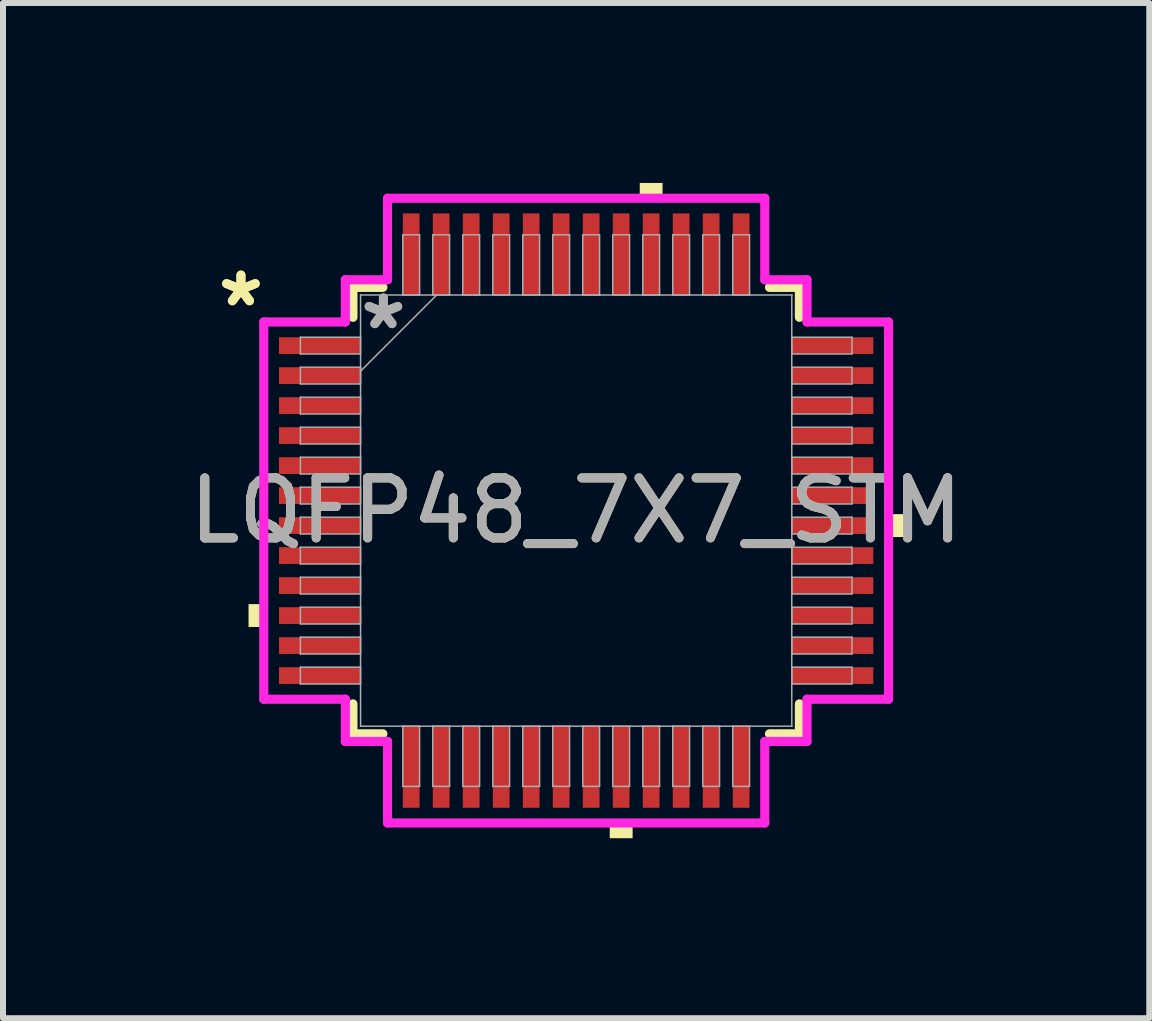
<source format=kicad_pcb>
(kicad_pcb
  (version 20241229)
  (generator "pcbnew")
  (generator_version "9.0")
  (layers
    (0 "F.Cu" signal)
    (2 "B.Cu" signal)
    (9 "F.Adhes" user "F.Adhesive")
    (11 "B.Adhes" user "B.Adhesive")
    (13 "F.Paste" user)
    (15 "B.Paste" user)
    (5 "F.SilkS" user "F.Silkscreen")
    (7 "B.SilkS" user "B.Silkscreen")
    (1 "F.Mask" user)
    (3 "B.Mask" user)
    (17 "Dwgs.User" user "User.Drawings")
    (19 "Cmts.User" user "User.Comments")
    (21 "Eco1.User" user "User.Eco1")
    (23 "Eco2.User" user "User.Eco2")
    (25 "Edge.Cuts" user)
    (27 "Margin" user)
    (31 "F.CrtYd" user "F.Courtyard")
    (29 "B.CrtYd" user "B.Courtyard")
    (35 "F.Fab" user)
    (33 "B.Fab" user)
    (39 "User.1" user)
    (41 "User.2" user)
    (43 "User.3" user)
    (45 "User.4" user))
  (footprint "LQFP48_7X7_STM"
    (layer "F.Cu")
    (at 6.554 5.461)
    (property "Reference" "LQFP48_7X7_STM" (at 0 0 0) (unlocked yes) (layer "F.SilkS") (effects (font (size 1 1) (thickness 0.15))))
    (attr smd)
    (fp_line (start -3.721 -3.721) (end -3.721 -3.222) (stroke (width 0.152) (type solid)) (layer "F.SilkS"))
    (fp_line (start -3.721 3.222) (end -3.721 3.721) (stroke (width 0.152) (type solid)) (layer "F.SilkS"))
    (fp_line (start -3.721 3.721) (end -3.222 3.721) (stroke (width 0.152) (type solid)) (layer "F.SilkS"))
    (fp_line (start -3.222 -3.721) (end -3.721 -3.721) (stroke (width 0.152) (type solid)) (layer "F.SilkS"))
    (fp_line (start 3.222 3.721) (end 3.721 3.721) (stroke (width 0.152) (type solid)) (layer "F.SilkS"))
    (fp_line (start 3.721 -3.721) (end 3.222 -3.721) (stroke (width 0.152) (type solid)) (layer "F.SilkS"))
    (fp_line (start 3.721 -3.222) (end 3.721 -3.721) (stroke (width 0.152) (type solid)) (layer "F.SilkS"))
    (fp_line (start 3.721 3.721) (end 3.721 3.222) (stroke (width 0.152) (type solid)) (layer "F.SilkS"))
    (fp_poly (pts (xy -5.461 1.559) (xy -5.461 1.94) (xy -5.207 1.94) (xy -5.207 1.559)) (stroke (width 0) (type solid)) (fill yes) (layer "F.SilkS"))
    (fp_poly (pts (xy 0.56 5.207) (xy 0.56 5.461) (xy 0.941 5.461) (xy 0.941 5.207)) (stroke (width 0) (type solid)) (fill yes) (layer "F.SilkS"))
    (fp_poly (pts (xy 1.06 -5.207) (xy 1.06 -5.461) (xy 1.44 -5.461) (xy 1.44 -5.207)) (stroke (width 0) (type solid)) (fill yes) (layer "F.SilkS"))
    (fp_poly (pts (xy 5.461 0.059) (xy 5.461 0.441) (xy 5.207 0.441) (xy 5.207 0.059)) (stroke (width 0) (type solid)) (fill yes) (layer "F.SilkS"))
    (fp_line (start -5.207 -3.144) (end -3.848 -3.144) (stroke (width 0.152) (type solid)) (layer "F.CrtYd"))
    (fp_line (start -5.207 3.144) (end -5.207 -3.144) (stroke (width 0.152) (type solid)) (layer "F.CrtYd"))
    (fp_line (start -3.848 -3.848) (end -3.144 -3.848) (stroke (width 0.152) (type solid)) (layer "F.CrtYd"))
    (fp_line (start -3.848 -3.144) (end -3.848 -3.848) (stroke (width 0.152) (type solid)) (layer "F.CrtYd"))
    (fp_line (start -3.848 3.144) (end -5.207 3.144) (stroke (width 0.152) (type solid)) (layer "F.CrtYd"))
    (fp_line (start -3.848 3.848) (end -3.848 3.144) (stroke (width 0.152) (type solid)) (layer "F.CrtYd"))
    (fp_line (start -3.848 3.848) (end -3.144 3.848) (stroke (width 0.152) (type solid)) (layer "F.CrtYd"))
    (fp_line (start -3.144 -5.207) (end 3.144 -5.207) (stroke (width 0.152) (type solid)) (layer "F.CrtYd"))
    (fp_line (start -3.144 -3.848) (end -3.144 -5.207) (stroke (width 0.152) (type solid)) (layer "F.CrtYd"))
    (fp_line (start -3.144 3.848) (end -3.144 5.207) (stroke (width 0.152) (type solid)) (layer "F.CrtYd"))
    (fp_line (start -3.144 5.207) (end 3.144 5.207) (stroke (width 0.152) (type solid)) (layer "F.CrtYd"))
    (fp_line (start 3.144 -5.207) (end 3.144 -3.848) (stroke (width 0.152) (type solid)) (layer "F.CrtYd"))
    (fp_line (start 3.144 -3.848) (end 3.848 -3.848) (stroke (width 0.152) (type solid)) (layer "F.CrtYd"))
    (fp_line (start 3.144 3.848) (end 3.848 3.848) (stroke (width 0.152) (type solid)) (layer "F.CrtYd"))
    (fp_line (start 3.144 5.207) (end 3.144 3.848) (stroke (width 0.152) (type solid)) (layer "F.CrtYd"))
    (fp_line (start 3.848 -3.144) (end 3.848 -3.848) (stroke (width 0.152) (type solid)) (layer "F.CrtYd"))
    (fp_line (start 3.848 3.144) (end 5.207 3.144) (stroke (width 0.152) (type solid)) (layer "F.CrtYd"))
    (fp_line (start 3.848 3.848) (end 3.848 3.144) (stroke (width 0.152) (type solid)) (layer "F.CrtYd"))
    (fp_line (start 5.207 -3.144) (end 3.848 -3.144) (stroke (width 0.152) (type solid)) (layer "F.CrtYd"))
    (fp_line (start 5.207 3.144) (end 5.207 -3.144) (stroke (width 0.152) (type solid)) (layer "F.CrtYd"))
    (fp_line (start -4.597 -2.89) (end -4.597 -2.61) (stroke (width 0.025) (type solid)) (layer "F.Fab"))
    (fp_line (start -4.597 -2.61) (end -3.594 -2.61) (stroke (width 0.025) (type solid)) (layer "F.Fab"))
    (fp_line (start -4.597 -2.39) (end -4.597 -2.11) (stroke (width 0.025) (type solid)) (layer "F.Fab"))
    (fp_line (start -4.597 -2.11) (end -3.594 -2.11) (stroke (width 0.025) (type solid)) (layer "F.Fab"))
    (fp_line (start -4.597 -1.89) (end -4.597 -1.61) (stroke (width 0.025) (type solid)) (layer "F.Fab"))
    (fp_line (start -4.597 -1.61) (end -3.594 -1.61) (stroke (width 0.025) (type solid)) (layer "F.Fab"))
    (fp_line (start -4.597 -1.39) (end -4.597 -1.11) (stroke (width 0.025) (type solid)) (layer "F.Fab"))
    (fp_line (start -4.597 -1.11) (end -3.594 -1.11) (stroke (width 0.025) (type solid)) (layer "F.Fab"))
    (fp_line (start -4.597 -0.89) (end -4.597 -0.61) (stroke (width 0.025) (type solid)) (layer "F.Fab"))
    (fp_line (start -4.597 -0.61) (end -3.594 -0.61) (stroke (width 0.025) (type solid)) (layer "F.Fab"))
    (fp_line (start -4.597 -0.39) (end -4.597 -0.11) (stroke (width 0.025) (type solid)) (layer "F.Fab"))
    (fp_line (start -4.597 -0.11) (end -3.594 -0.11) (stroke (width 0.025) (type solid)) (layer "F.Fab"))
    (fp_line (start -4.597 0.11) (end -4.597 0.39) (stroke (width 0.025) (type solid)) (layer "F.Fab"))
    (fp_line (start -4.597 0.39) (end -3.594 0.39) (stroke (width 0.025) (type solid)) (layer "F.Fab"))
    (fp_line (start -4.597 0.61) (end -4.597 0.89) (stroke (width 0.025) (type solid)) (layer "F.Fab"))
    (fp_line (start -4.597 0.89) (end -3.594 0.89) (stroke (width 0.025) (type solid)) (layer "F.Fab"))
    (fp_line (start -4.597 1.11) (end -4.597 1.39) (stroke (width 0.025) (type solid)) (layer "F.Fab"))
    (fp_line (start -4.597 1.39) (end -3.594 1.39) (stroke (width 0.025) (type solid)) (layer "F.Fab"))
    (fp_line (start -4.597 1.61) (end -4.597 1.89) (stroke (width 0.025) (type solid)) (layer "F.Fab"))
    (fp_line (start -4.597 1.89) (end -3.594 1.89) (stroke (width 0.025) (type solid)) (layer "F.Fab"))
    (fp_line (start -4.597 2.11) (end -4.597 2.39) (stroke (width 0.025) (type solid)) (layer "F.Fab"))
    (fp_line (start -4.597 2.39) (end -3.594 2.39) (stroke (width 0.025) (type solid)) (layer "F.Fab"))
    (fp_line (start -4.597 2.61) (end -4.597 2.89) (stroke (width 0.025) (type solid)) (layer "F.Fab"))
    (fp_line (start -4.597 2.89) (end -3.594 2.89) (stroke (width 0.025) (type solid)) (layer "F.Fab"))
    (fp_line (start -3.594 -3.594) (end -3.594 -3.594) (stroke (width 0.025) (type solid)) (layer "F.Fab"))
    (fp_line (start -3.594 -3.594) (end -3.594 3.594) (stroke (width 0.025) (type solid)) (layer "F.Fab"))
    (fp_line (start -3.594 -2.89) (end -4.597 -2.89) (stroke (width 0.025) (type solid)) (layer "F.Fab"))
    (fp_line (start -3.594 -2.61) (end -3.594 -2.89) (stroke (width 0.025) (type solid)) (layer "F.Fab"))
    (fp_line (start -3.594 -2.39) (end -4.597 -2.39) (stroke (width 0.025) (type solid)) (layer "F.Fab"))
    (fp_line (start -3.594 -2.324) (end -2.324 -3.594) (stroke (width 0.025) (type solid)) (layer "F.Fab"))
    (fp_line (start -3.594 -2.11) (end -3.594 -2.39) (stroke (width 0.025) (type solid)) (layer "F.Fab"))
    (fp_line (start -3.594 -1.89) (end -4.597 -1.89) (stroke (width 0.025) (type solid)) (layer "F.Fab"))
    (fp_line (start -3.594 -1.61) (end -3.594 -1.89) (stroke (width 0.025) (type solid)) (layer "F.Fab"))
    (fp_line (start -3.594 -1.39) (end -4.597 -1.39) (stroke (width 0.025) (type solid)) (layer "F.Fab"))
    (fp_line (start -3.594 -1.11) (end -3.594 -1.39) (stroke (width 0.025) (type solid)) (layer "F.Fab"))
    (fp_line (start -3.594 -0.89) (end -4.597 -0.89) (stroke (width 0.025) (type solid)) (layer "F.Fab"))
    (fp_line (start -3.594 -0.61) (end -3.594 -0.89) (stroke (width 0.025) (type solid)) (layer "F.Fab"))
    (fp_line (start -3.594 -0.39) (end -4.597 -0.39) (stroke (width 0.025) (type solid)) (layer "F.Fab"))
    (fp_line (start -3.594 -0.11) (end -3.594 -0.39) (stroke (width 0.025) (type solid)) (layer "F.Fab"))
    (fp_line (start -3.594 0.11) (end -4.597 0.11) (stroke (width 0.025) (type solid)) (layer "F.Fab"))
    (fp_line (start -3.594 0.39) (end -3.594 0.11) (stroke (width 0.025) (type solid)) (layer "F.Fab"))
    (fp_line (start -3.594 0.61) (end -4.597 0.61) (stroke (width 0.025) (type solid)) (layer "F.Fab"))
    (fp_line (start -3.594 0.89) (end -3.594 0.61) (stroke (width 0.025) (type solid)) (layer "F.Fab"))
    (fp_line (start -3.594 1.11) (end -4.597 1.11) (stroke (width 0.025) (type solid)) (layer "F.Fab"))
    (fp_line (start -3.594 1.39) (end -3.594 1.11) (stroke (width 0.025) (type solid)) (layer "F.Fab"))
    (fp_line (start -3.594 1.61) (end -4.597 1.61) (stroke (width 0.025) (type solid)) (layer "F.Fab"))
    (fp_line (start -3.594 1.89) (end -3.594 1.61) (stroke (width 0.025) (type solid)) (layer "F.Fab"))
    (fp_line (start -3.594 2.11) (end -4.597 2.11) (stroke (width 0.025) (type solid)) (layer "F.Fab"))
    (fp_line (start -3.594 2.39) (end -3.594 2.11) (stroke (width 0.025) (type solid)) (layer "F.Fab"))
    (fp_line (start -3.594 2.61) (end -4.597 2.61) (stroke (width 0.025) (type solid)) (layer "F.Fab"))
    (fp_line (start -3.594 2.89) (end -3.594 2.61) (stroke (width 0.025) (type solid)) (layer "F.Fab"))
    (fp_line (start -3.594 3.594) (end -3.594 3.594) (stroke (width 0.025) (type solid)) (layer "F.Fab"))
    (fp_line (start -3.594 3.594) (end 3.594 3.594) (stroke (width 0.025) (type solid)) (layer "F.Fab"))
    (fp_line (start -2.89 -4.597) (end -2.89 -3.594) (stroke (width 0.025) (type solid)) (layer "F.Fab"))
    (fp_line (start -2.89 -3.594) (end -2.61 -3.594) (stroke (width 0.025) (type solid)) (layer "F.Fab"))
    (fp_line (start -2.89 3.594) (end -2.89 4.597) (stroke (width 0.025) (type solid)) (layer "F.Fab"))
    (fp_line (start -2.89 4.597) (end -2.61 4.597) (stroke (width 0.025) (type solid)) (layer "F.Fab"))
    (fp_line (start -2.61 -4.597) (end -2.89 -4.597) (stroke (width 0.025) (type solid)) (layer "F.Fab"))
    (fp_line (start -2.61 -3.594) (end -2.61 -4.597) (stroke (width 0.025) (type solid)) (layer "F.Fab"))
    (fp_line (start -2.61 3.594) (end -2.89 3.594) (stroke (width 0.025) (type solid)) (layer "F.Fab"))
    (fp_line (start -2.61 4.597) (end -2.61 3.594) (stroke (width 0.025) (type solid)) (layer "F.Fab"))
    (fp_line (start -2.39 -4.597) (end -2.39 -3.594) (stroke (width 0.025) (type solid)) (layer "F.Fab"))
    (fp_line (start -2.39 -3.594) (end -2.11 -3.594) (stroke (width 0.025) (type solid)) (layer "F.Fab"))
    (fp_line (start -2.39 3.594) (end -2.39 4.597) (stroke (width 0.025) (type solid)) (layer "F.Fab"))
    (fp_line (start -2.39 4.597) (end -2.11 4.597) (stroke (width 0.025) (type solid)) (layer "F.Fab"))
    (fp_line (start -2.11 -4.597) (end -2.39 -4.597) (stroke (width 0.025) (type solid)) (layer "F.Fab"))
    (fp_line (start -2.11 -3.594) (end -2.11 -4.597) (stroke (width 0.025) (type solid)) (layer "F.Fab"))
    (fp_line (start -2.11 3.594) (end -2.39 3.594) (stroke (width 0.025) (type solid)) (layer "F.Fab"))
    (fp_line (start -2.11 4.597) (end -2.11 3.594) (stroke (width 0.025) (type solid)) (layer "F.Fab"))
    (fp_line (start -1.89 -4.597) (end -1.89 -3.594) (stroke (width 0.025) (type solid)) (layer "F.Fab"))
    (fp_line (start -1.89 -3.594) (end -1.61 -3.594) (stroke (width 0.025) (type solid)) (layer "F.Fab"))
    (fp_line (start -1.89 3.594) (end -1.89 4.597) (stroke (width 0.025) (type solid)) (layer "F.Fab"))
    (fp_line (start -1.89 4.597) (end -1.61 4.597) (stroke (width 0.025) (type solid)) (layer "F.Fab"))
    (fp_line (start -1.61 -4.597) (end -1.89 -4.597) (stroke (width 0.025) (type solid)) (layer "F.Fab"))
    (fp_line (start -1.61 -3.594) (end -1.61 -4.597) (stroke (width 0.025) (type solid)) (layer "F.Fab"))
    (fp_line (start -1.61 3.594) (end -1.89 3.594) (stroke (width 0.025) (type solid)) (layer "F.Fab"))
    (fp_line (start -1.61 4.597) (end -1.61 3.594) (stroke (width 0.025) (type solid)) (layer "F.Fab"))
    (fp_line (start -1.39 -4.597) (end -1.39 -3.594) (stroke (width 0.025) (type solid)) (layer "F.Fab"))
    (fp_line (start -1.39 -3.594) (end -1.11 -3.594) (stroke (width 0.025) (type solid)) (layer "F.Fab"))
    (fp_line (start -1.39 3.594) (end -1.39 4.597) (stroke (width 0.025) (type solid)) (layer "F.Fab"))
    (fp_line (start -1.39 4.597) (end -1.11 4.597) (stroke (width 0.025) (type solid)) (layer "F.Fab"))
    (fp_line (start -1.11 -4.597) (end -1.39 -4.597) (stroke (width 0.025) (type solid)) (layer "F.Fab"))
    (fp_line (start -1.11 -3.594) (end -1.11 -4.597) (stroke (width 0.025) (type solid)) (layer "F.Fab"))
    (fp_line (start -1.11 3.594) (end -1.39 3.594) (stroke (width 0.025) (type solid)) (layer "F.Fab"))
    (fp_line (start -1.11 4.597) (end -1.11 3.594) (stroke (width 0.025) (type solid)) (layer "F.Fab"))
    (fp_line (start -0.89 -4.597) (end -0.89 -3.594) (stroke (width 0.025) (type solid)) (layer "F.Fab"))
    (fp_line (start -0.89 -3.594) (end -0.61 -3.594) (stroke (width 0.025) (type solid)) (layer "F.Fab"))
    (fp_line (start -0.89 3.594) (end -0.89 4.597) (stroke (width 0.025) (type solid)) (layer "F.Fab"))
    (fp_line (start -0.89 4.597) (end -0.61 4.597) (stroke (width 0.025) (type solid)) (layer "F.Fab"))
    (fp_line (start -0.61 -4.597) (end -0.89 -4.597) (stroke (width 0.025) (type solid)) (layer "F.Fab"))
    (fp_line (start -0.61 -3.594) (end -0.61 -4.597) (stroke (width 0.025) (type solid)) (layer "F.Fab"))
    (fp_line (start -0.61 3.594) (end -0.89 3.594) (stroke (width 0.025) (type solid)) (layer "F.Fab"))
    (fp_line (start -0.61 4.597) (end -0.61 3.594) (stroke (width 0.025) (type solid)) (layer "F.Fab"))
    (fp_line (start -0.39 -4.597) (end -0.39 -3.594) (stroke (width 0.025) (type solid)) (layer "F.Fab"))
    (fp_line (start -0.39 -3.594) (end -0.11 -3.594) (stroke (width 0.025) (type solid)) (layer "F.Fab"))
    (fp_line (start -0.39 3.594) (end -0.39 4.597) (stroke (width 0.025) (type solid)) (layer "F.Fab"))
    (fp_line (start -0.39 4.597) (end -0.11 4.597) (stroke (width 0.025) (type solid)) (layer "F.Fab"))
    (fp_line (start -0.11 -4.597) (end -0.39 -4.597) (stroke (width 0.025) (type solid)) (layer "F.Fab"))
    (fp_line (start -0.11 -3.594) (end -0.11 -4.597) (stroke (width 0.025) (type solid)) (layer "F.Fab"))
    (fp_line (start -0.11 3.594) (end -0.39 3.594) (stroke (width 0.025) (type solid)) (layer "F.Fab"))
    (fp_line (start -0.11 4.597) (end -0.11 3.594) (stroke (width 0.025) (type solid)) (layer "F.Fab"))
    (fp_line (start 0.11 -4.597) (end 0.11 -3.594) (stroke (width 0.025) (type solid)) (layer "F.Fab"))
    (fp_line (start 0.11 -3.594) (end 0.39 -3.594) (stroke (width 0.025) (type solid)) (layer "F.Fab"))
    (fp_line (start 0.11 3.594) (end 0.11 4.597) (stroke (width 0.025) (type solid)) (layer "F.Fab"))
    (fp_line (start 0.11 4.597) (end 0.39 4.597) (stroke (width 0.025) (type solid)) (layer "F.Fab"))
    (fp_line (start 0.39 -4.597) (end 0.11 -4.597) (stroke (width 0.025) (type solid)) (layer "F.Fab"))
    (fp_line (start 0.39 -3.594) (end 0.39 -4.597) (stroke (width 0.025) (type solid)) (layer "F.Fab"))
    (fp_line (start 0.39 3.594) (end 0.11 3.594) (stroke (width 0.025) (type solid)) (layer "F.Fab"))
    (fp_line (start 0.39 4.597) (end 0.39 3.594) (stroke (width 0.025) (type solid)) (layer "F.Fab"))
    (fp_line (start 0.61 -4.597) (end 0.61 -3.594) (stroke (width 0.025) (type solid)) (layer "F.Fab"))
    (fp_line (start 0.61 -3.594) (end 0.89 -3.594) (stroke (width 0.025) (type solid)) (layer "F.Fab"))
    (fp_line (start 0.61 3.594) (end 0.61 4.597) (stroke (width 0.025) (type solid)) (layer "F.Fab"))
    (fp_line (start 0.61 4.597) (end 0.89 4.597) (stroke (width 0.025) (type solid)) (layer "F.Fab"))
    (fp_line (start 0.89 -4.597) (end 0.61 -4.597) (stroke (width 0.025) (type solid)) (layer "F.Fab"))
    (fp_line (start 0.89 -3.594) (end 0.89 -4.597) (stroke (width 0.025) (type solid)) (layer "F.Fab"))
    (fp_line (start 0.89 3.594) (end 0.61 3.594) (stroke (width 0.025) (type solid)) (layer "F.Fab"))
    (fp_line (start 0.89 4.597) (end 0.89 3.594) (stroke (width 0.025) (type solid)) (layer "F.Fab"))
    (fp_line (start 1.11 -4.597) (end 1.11 -3.594) (stroke (width 0.025) (type solid)) (layer "F.Fab"))
    (fp_line (start 1.11 -3.594) (end 1.39 -3.594) (stroke (width 0.025) (type solid)) (layer "F.Fab"))
    (fp_line (start 1.11 3.594) (end 1.11 4.597) (stroke (width 0.025) (type solid)) (layer "F.Fab"))
    (fp_line (start 1.11 4.597) (end 1.39 4.597) (stroke (width 0.025) (type solid)) (layer "F.Fab"))
    (fp_line (start 1.39 -4.597) (end 1.11 -4.597) (stroke (width 0.025) (type solid)) (layer "F.Fab"))
    (fp_line (start 1.39 -3.594) (end 1.39 -4.597) (stroke (width 0.025) (type solid)) (layer "F.Fab"))
    (fp_line (start 1.39 3.594) (end 1.11 3.594) (stroke (width 0.025) (type solid)) (layer "F.Fab"))
    (fp_line (start 1.39 4.597) (end 1.39 3.594) (stroke (width 0.025) (type solid)) (layer "F.Fab"))
    (fp_line (start 1.61 -4.597) (end 1.61 -3.594) (stroke (width 0.025) (type solid)) (layer "F.Fab"))
    (fp_line (start 1.61 -3.594) (end 1.89 -3.594) (stroke (width 0.025) (type solid)) (layer "F.Fab"))
    (fp_line (start 1.61 3.594) (end 1.61 4.597) (stroke (width 0.025) (type solid)) (layer "F.Fab"))
    (fp_line (start 1.61 4.597) (end 1.89 4.597) (stroke (width 0.025) (type solid)) (layer "F.Fab"))
    (fp_line (start 1.89 -4.597) (end 1.61 -4.597) (stroke (width 0.025) (type solid)) (layer "F.Fab"))
    (fp_line (start 1.89 -3.594) (end 1.89 -4.597) (stroke (width 0.025) (type solid)) (layer "F.Fab"))
    (fp_line (start 1.89 3.594) (end 1.61 3.594) (stroke (width 0.025) (type solid)) (layer "F.Fab"))
    (fp_line (start 1.89 4.597) (end 1.89 3.594) (stroke (width 0.025) (type solid)) (layer "F.Fab"))
    (fp_line (start 2.11 -4.597) (end 2.11 -3.594) (stroke (width 0.025) (type solid)) (layer "F.Fab"))
    (fp_line (start 2.11 -3.594) (end 2.39 -3.594) (stroke (width 0.025) (type solid)) (layer "F.Fab"))
    (fp_line (start 2.11 3.594) (end 2.11 4.597) (stroke (width 0.025) (type solid)) (layer "F.Fab"))
    (fp_line (start 2.11 4.597) (end 2.39 4.597) (stroke (width 0.025) (type solid)) (layer "F.Fab"))
    (fp_line (start 2.39 -4.597) (end 2.11 -4.597) (stroke (width 0.025) (type solid)) (layer "F.Fab"))
    (fp_line (start 2.39 -3.594) (end 2.39 -4.597) (stroke (width 0.025) (type solid)) (layer "F.Fab"))
    (fp_line (start 2.39 3.594) (end 2.11 3.594) (stroke (width 0.025) (type solid)) (layer "F.Fab"))
    (fp_line (start 2.39 4.597) (end 2.39 3.594) (stroke (width 0.025) (type solid)) (layer "F.Fab"))
    (fp_line (start 2.61 -4.597) (end 2.61 -3.594) (stroke (width 0.025) (type solid)) (layer "F.Fab"))
    (fp_line (start 2.61 -3.594) (end 2.89 -3.594) (stroke (width 0.025) (type solid)) (layer "F.Fab"))
    (fp_line (start 2.61 3.594) (end 2.61 4.597) (stroke (width 0.025) (type solid)) (layer "F.Fab"))
    (fp_line (start 2.61 4.597) (end 2.89 4.597) (stroke (width 0.025) (type solid)) (layer "F.Fab"))
    (fp_line (start 2.89 -4.597) (end 2.61 -4.597) (stroke (width 0.025) (type solid)) (layer "F.Fab"))
    (fp_line (start 2.89 -3.594) (end 2.89 -4.597) (stroke (width 0.025) (type solid)) (layer "F.Fab"))
    (fp_line (start 2.89 3.594) (end 2.61 3.594) (stroke (width 0.025) (type solid)) (layer "F.Fab"))
    (fp_line (start 2.89 4.597) (end 2.89 3.594) (stroke (width 0.025) (type solid)) (layer "F.Fab"))
    (fp_line (start 3.594 -3.594) (end -3.594 -3.594) (stroke (width 0.025) (type solid)) (layer "F.Fab"))
    (fp_line (start 3.594 -3.594) (end 3.594 -3.594) (stroke (width 0.025) (type solid)) (layer "F.Fab"))
    (fp_line (start 3.594 -2.89) (end 3.594 -2.61) (stroke (width 0.025) (type solid)) (layer "F.Fab"))
    (fp_line (start 3.594 -2.61) (end 4.597 -2.61) (stroke (width 0.025) (type solid)) (layer "F.Fab"))
    (fp_line (start 3.594 -2.39) (end 3.594 -2.11) (stroke (width 0.025) (type solid)) (layer "F.Fab"))
    (fp_line (start 3.594 -2.11) (end 4.597 -2.11) (stroke (width 0.025) (type solid)) (layer "F.Fab"))
    (fp_line (start 3.594 -1.89) (end 3.594 -1.61) (stroke (width 0.025) (type solid)) (layer "F.Fab"))
    (fp_line (start 3.594 -1.61) (end 4.597 -1.61) (stroke (width 0.025) (type solid)) (layer "F.Fab"))
    (fp_line (start 3.594 -1.39) (end 3.594 -1.11) (stroke (width 0.025) (type solid)) (layer "F.Fab"))
    (fp_line (start 3.594 -1.11) (end 4.597 -1.11) (stroke (width 0.025) (type solid)) (layer "F.Fab"))
    (fp_line (start 3.594 -0.89) (end 3.594 -0.61) (stroke (width 0.025) (type solid)) (layer "F.Fab"))
    (fp_line (start 3.594 -0.61) (end 4.597 -0.61) (stroke (width 0.025) (type solid)) (layer "F.Fab"))
    (fp_line (start 3.594 -0.39) (end 3.594 -0.11) (stroke (width 0.025) (type solid)) (layer "F.Fab"))
    (fp_line (start 3.594 -0.11) (end 4.597 -0.11) (stroke (width 0.025) (type solid)) (layer "F.Fab"))
    (fp_line (start 3.594 0.11) (end 3.594 0.39) (stroke (width 0.025) (type solid)) (layer "F.Fab"))
    (fp_line (start 3.594 0.39) (end 4.597 0.39) (stroke (width 0.025) (type solid)) (layer "F.Fab"))
    (fp_line (start 3.594 0.61) (end 3.594 0.89) (stroke (width 0.025) (type solid)) (layer "F.Fab"))
    (fp_line (start 3.594 0.89) (end 4.597 0.89) (stroke (width 0.025) (type solid)) (layer "F.Fab"))
    (fp_line (start 3.594 1.11) (end 3.594 1.39) (stroke (width 0.025) (type solid)) (layer "F.Fab"))
    (fp_line (start 3.594 1.39) (end 4.597 1.39) (stroke (width 0.025) (type solid)) (layer "F.Fab"))
    (fp_line (start 3.594 1.61) (end 3.594 1.89) (stroke (width 0.025) (type solid)) (layer "F.Fab"))
    (fp_line (start 3.594 1.89) (end 4.597 1.89) (stroke (width 0.025) (type solid)) (layer "F.Fab"))
    (fp_line (start 3.594 2.11) (end 3.594 2.39) (stroke (width 0.025) (type solid)) (layer "F.Fab"))
    (fp_line (start 3.594 2.39) (end 4.597 2.39) (stroke (width 0.025) (type solid)) (layer "F.Fab"))
    (fp_line (start 3.594 2.61) (end 3.594 2.89) (stroke (width 0.025) (type solid)) (layer "F.Fab"))
    (fp_line (start 3.594 2.89) (end 4.597 2.89) (stroke (width 0.025) (type solid)) (layer "F.Fab"))
    (fp_line (start 3.594 3.594) (end 3.594 -3.594) (stroke (width 0.025) (type solid)) (layer "F.Fab"))
    (fp_line (start 3.594 3.594) (end 3.594 3.594) (stroke (width 0.025) (type solid)) (layer "F.Fab"))
    (fp_line (start 4.597 -2.89) (end 3.594 -2.89) (stroke (width 0.025) (type solid)) (layer "F.Fab"))
    (fp_line (start 4.597 -2.61) (end 4.597 -2.89) (stroke (width 0.025) (type solid)) (layer "F.Fab"))
    (fp_line (start 4.597 -2.39) (end 3.594 -2.39) (stroke (width 0.025) (type solid)) (layer "F.Fab"))
    (fp_line (start 4.597 -2.11) (end 4.597 -2.39) (stroke (width 0.025) (type solid)) (layer "F.Fab"))
    (fp_line (start 4.597 -1.89) (end 3.594 -1.89) (stroke (width 0.025) (type solid)) (layer "F.Fab"))
    (fp_line (start 4.597 -1.61) (end 4.597 -1.89) (stroke (width 0.025) (type solid)) (layer "F.Fab"))
    (fp_line (start 4.597 -1.39) (end 3.594 -1.39) (stroke (width 0.025) (type solid)) (layer "F.Fab"))
    (fp_line (start 4.597 -1.11) (end 4.597 -1.39) (stroke (width 0.025) (type solid)) (layer "F.Fab"))
    (fp_line (start 4.597 -0.89) (end 3.594 -0.89) (stroke (width 0.025) (type solid)) (layer "F.Fab"))
    (fp_line (start 4.597 -0.61) (end 4.597 -0.89) (stroke (width 0.025) (type solid)) (layer "F.Fab"))
    (fp_line (start 4.597 -0.39) (end 3.594 -0.39) (stroke (width 0.025) (type solid)) (layer "F.Fab"))
    (fp_line (start 4.597 -0.11) (end 4.597 -0.39) (stroke (width 0.025) (type solid)) (layer "F.Fab"))
    (fp_line (start 4.597 0.11) (end 3.594 0.11) (stroke (width 0.025) (type solid)) (layer "F.Fab"))
    (fp_line (start 4.597 0.39) (end 4.597 0.11) (stroke (width 0.025) (type solid)) (layer "F.Fab"))
    (fp_line (start 4.597 0.61) (end 3.594 0.61) (stroke (width 0.025) (type solid)) (layer "F.Fab"))
    (fp_line (start 4.597 0.89) (end 4.597 0.61) (stroke (width 0.025) (type solid)) (layer "F.Fab"))
    (fp_line (start 4.597 1.11) (end 3.594 1.11) (stroke (width 0.025) (type solid)) (layer "F.Fab"))
    (fp_line (start 4.597 1.39) (end 4.597 1.11) (stroke (width 0.025) (type solid)) (layer "F.Fab"))
    (fp_line (start 4.597 1.61) (end 3.594 1.61) (stroke (width 0.025) (type solid)) (layer "F.Fab"))
    (fp_line (start 4.597 1.89) (end 4.597 1.61) (stroke (width 0.025) (type solid)) (layer "F.Fab"))
    (fp_line (start 4.597 2.11) (end 3.594 2.11) (stroke (width 0.025) (type solid)) (layer "F.Fab"))
    (fp_line (start 4.597 2.39) (end 4.597 2.11) (stroke (width 0.025) (type solid)) (layer "F.Fab"))
    (fp_line (start 4.597 2.61) (end 3.594 2.61) (stroke (width 0.025) (type solid)) (layer "F.Fab"))
    (fp_line (start 4.597 2.89) (end 4.597 2.61) (stroke (width 0.025) (type solid)) (layer "F.Fab"))
    (fp_text user "*" (at -5.588 -3.381 0) (layer "F.SilkS") (effects (font (size 1 1) (thickness 0.15))))
    (fp_text user "*" (at -5.588 -3.381 0) (unlocked yes) (layer "F.SilkS") (effects (font (size 1 1) (thickness 0.15))))
    (fp_text user "*" (at -3.213 -3 0) (unlocked yes) (layer "F.Fab") (effects (font (size 1 1) (thickness 0.15))))
    (fp_text user "*" (at -3.213 -3 0) (layer "F.Fab") (effects (font (size 1 1) (thickness 0.15))))
    (fp_text user "${REFERENCE}" (at 0 0 0) (unlocked yes) (layer "F.Fab") (effects (font (size 1 1) (thickness 0.15))))
    (pad "1" smd rect (at -4.274 -2.75 90) (size 0.279 1.359) (layers "F.Cu" "F.Mask" "F.Paste"))
    (pad "2" smd rect (at -4.274 -2.25 90) (size 0.279 1.359) (layers "F.Cu" "F.Mask" "F.Paste"))
    (pad "3" smd rect (at -4.274 -1.75 90) (size 0.279 1.359) (layers "F.Cu" "F.Mask" "F.Paste"))
    (pad "4" smd rect (at -4.274 -1.25 90) (size 0.279 1.359) (layers "F.Cu" "F.Mask" "F.Paste"))
    (pad "5" smd rect (at -4.274 -0.75 90) (size 0.279 1.359) (layers "F.Cu" "F.Mask" "F.Paste"))
    (pad "6" smd rect (at -4.274 -0.25 90) (size 0.279 1.359) (layers "F.Cu" "F.Mask" "F.Paste"))
    (pad "7" smd rect (at -4.274 0.25 90) (size 0.279 1.359) (layers "F.Cu" "F.Mask" "F.Paste"))
    (pad "8" smd rect (at -4.274 0.75 90) (size 0.279 1.359) (layers "F.Cu" "F.Mask" "F.Paste"))
    (pad "9" smd rect (at -4.274 1.25 90) (size 0.279 1.359) (layers "F.Cu" "F.Mask" "F.Paste"))
    (pad "10" smd rect (at -4.274 1.75 90) (size 0.279 1.359) (layers "F.Cu" "F.Mask" "F.Paste"))
    (pad "11" smd rect (at -4.274 2.25 90) (size 0.279 1.359) (layers "F.Cu" "F.Mask" "F.Paste"))
    (pad "12" smd rect (at -4.274 2.75 90) (size 0.279 1.359) (layers "F.Cu" "F.Mask" "F.Paste"))
    (pad "13" smd rect (at -2.75 4.274) (size 0.279 1.359) (layers "F.Cu" "F.Mask" "F.Paste"))
    (pad "14" smd rect (at -2.25 4.274) (size 0.279 1.359) (layers "F.Cu" "F.Mask" "F.Paste"))
    (pad "15" smd rect (at -1.75 4.274) (size 0.279 1.359) (layers "F.Cu" "F.Mask" "F.Paste"))
    (pad "16" smd rect (at -1.25 4.274) (size 0.279 1.359) (layers "F.Cu" "F.Mask" "F.Paste"))
    (pad "17" smd rect (at -0.75 4.274) (size 0.279 1.359) (layers "F.Cu" "F.Mask" "F.Paste"))
    (pad "18" smd rect (at -0.25 4.274) (size 0.279 1.359) (layers "F.Cu" "F.Mask" "F.Paste"))
    (pad "19" smd rect (at 0.25 4.274) (size 0.279 1.359) (layers "F.Cu" "F.Mask" "F.Paste"))
    (pad "20" smd rect (at 0.75 4.274) (size 0.279 1.359) (layers "F.Cu" "F.Mask" "F.Paste"))
    (pad "21" smd rect (at 1.25 4.274) (size 0.279 1.359) (layers "F.Cu" "F.Mask" "F.Paste"))
    (pad "22" smd rect (at 1.75 4.274) (size 0.279 1.359) (layers "F.Cu" "F.Mask" "F.Paste"))
    (pad "23" smd rect (at 2.25 4.274) (size 0.279 1.359) (layers "F.Cu" "F.Mask" "F.Paste"))
    (pad "24" smd rect (at 2.75 4.274) (size 0.279 1.359) (layers "F.Cu" "F.Mask" "F.Paste"))
    (pad "25" smd rect (at 4.274 2.75 90) (size 0.279 1.359) (layers "F.Cu" "F.Mask" "F.Paste"))
    (pad "26" smd rect (at 4.274 2.25 90) (size 0.279 1.359) (layers "F.Cu" "F.Mask" "F.Paste"))
    (pad "27" smd rect (at 4.274 1.75 90) (size 0.279 1.359) (layers "F.Cu" "F.Mask" "F.Paste"))
    (pad "28" smd rect (at 4.274 1.25 90) (size 0.279 1.359) (layers "F.Cu" "F.Mask" "F.Paste"))
    (pad "29" smd rect (at 4.274 0.75 90) (size 0.279 1.359) (layers "F.Cu" "F.Mask" "F.Paste"))
    (pad "30" smd rect (at 4.274 0.25 90) (size 0.279 1.359) (layers "F.Cu" "F.Mask" "F.Paste"))
    (pad "31" smd rect (at 4.274 -0.25 90) (size 0.279 1.359) (layers "F.Cu" "F.Mask" "F.Paste"))
    (pad "32" smd rect (at 4.274 -0.75 90) (size 0.279 1.359) (layers "F.Cu" "F.Mask" "F.Paste"))
    (pad "33" smd rect (at 4.274 -1.25 90) (size 0.279 1.359) (layers "F.Cu" "F.Mask" "F.Paste"))
    (pad "34" smd rect (at 4.274 -1.75 90) (size 0.279 1.359) (layers "F.Cu" "F.Mask" "F.Paste"))
    (pad "35" smd rect (at 4.274 -2.25 90) (size 0.279 1.359) (layers "F.Cu" "F.Mask" "F.Paste"))
    (pad "36" smd rect (at 4.274 -2.75 90) (size 0.279 1.359) (layers "F.Cu" "F.Mask" "F.Paste"))
    (pad "37" smd rect (at 2.75 -4.274) (size 0.279 1.359) (layers "F.Cu" "F.Mask" "F.Paste"))
    (pad "38" smd rect (at 2.25 -4.274) (size 0.279 1.359) (layers "F.Cu" "F.Mask" "F.Paste"))
    (pad "39" smd rect (at 1.75 -4.274) (size 0.279 1.359) (layers "F.Cu" "F.Mask" "F.Paste"))
    (pad "40" smd rect (at 1.25 -4.274) (size 0.279 1.359) (layers "F.Cu" "F.Mask" "F.Paste"))
    (pad "41" smd rect (at 0.75 -4.274) (size 0.279 1.359) (layers "F.Cu" "F.Mask" "F.Paste"))
    (pad "42" smd rect (at 0.25 -4.274) (size 0.279 1.359) (layers "F.Cu" "F.Mask" "F.Paste"))
    (pad "43" smd rect (at -0.25 -4.274) (size 0.279 1.359) (layers "F.Cu" "F.Mask" "F.Paste"))
    (pad "44" smd rect (at -0.75 -4.274) (size 0.279 1.359) (layers "F.Cu" "F.Mask" "F.Paste"))
    (pad "45" smd rect (at -1.25 -4.274) (size 0.279 1.359) (layers "F.Cu" "F.Mask" "F.Paste"))
    (pad "46" smd rect (at -1.75 -4.274) (size 0.279 1.359) (layers "F.Cu" "F.Mask" "F.Paste"))
    (pad "47" smd rect (at -2.25 -4.274) (size 0.279 1.359) (layers "F.Cu" "F.Mask" "F.Paste"))
    (pad "48" smd rect (at -2.75 -4.274) (size 0.279 1.359) (layers "F.Cu" "F.Mask" "F.Paste")))
  (gr_rect
    (start -3 -3)
    (end 16.107 13.922)
    (stroke (width 0.1) (type default))
    (fill no)
    (layer "Edge.Cuts")))
</source>
